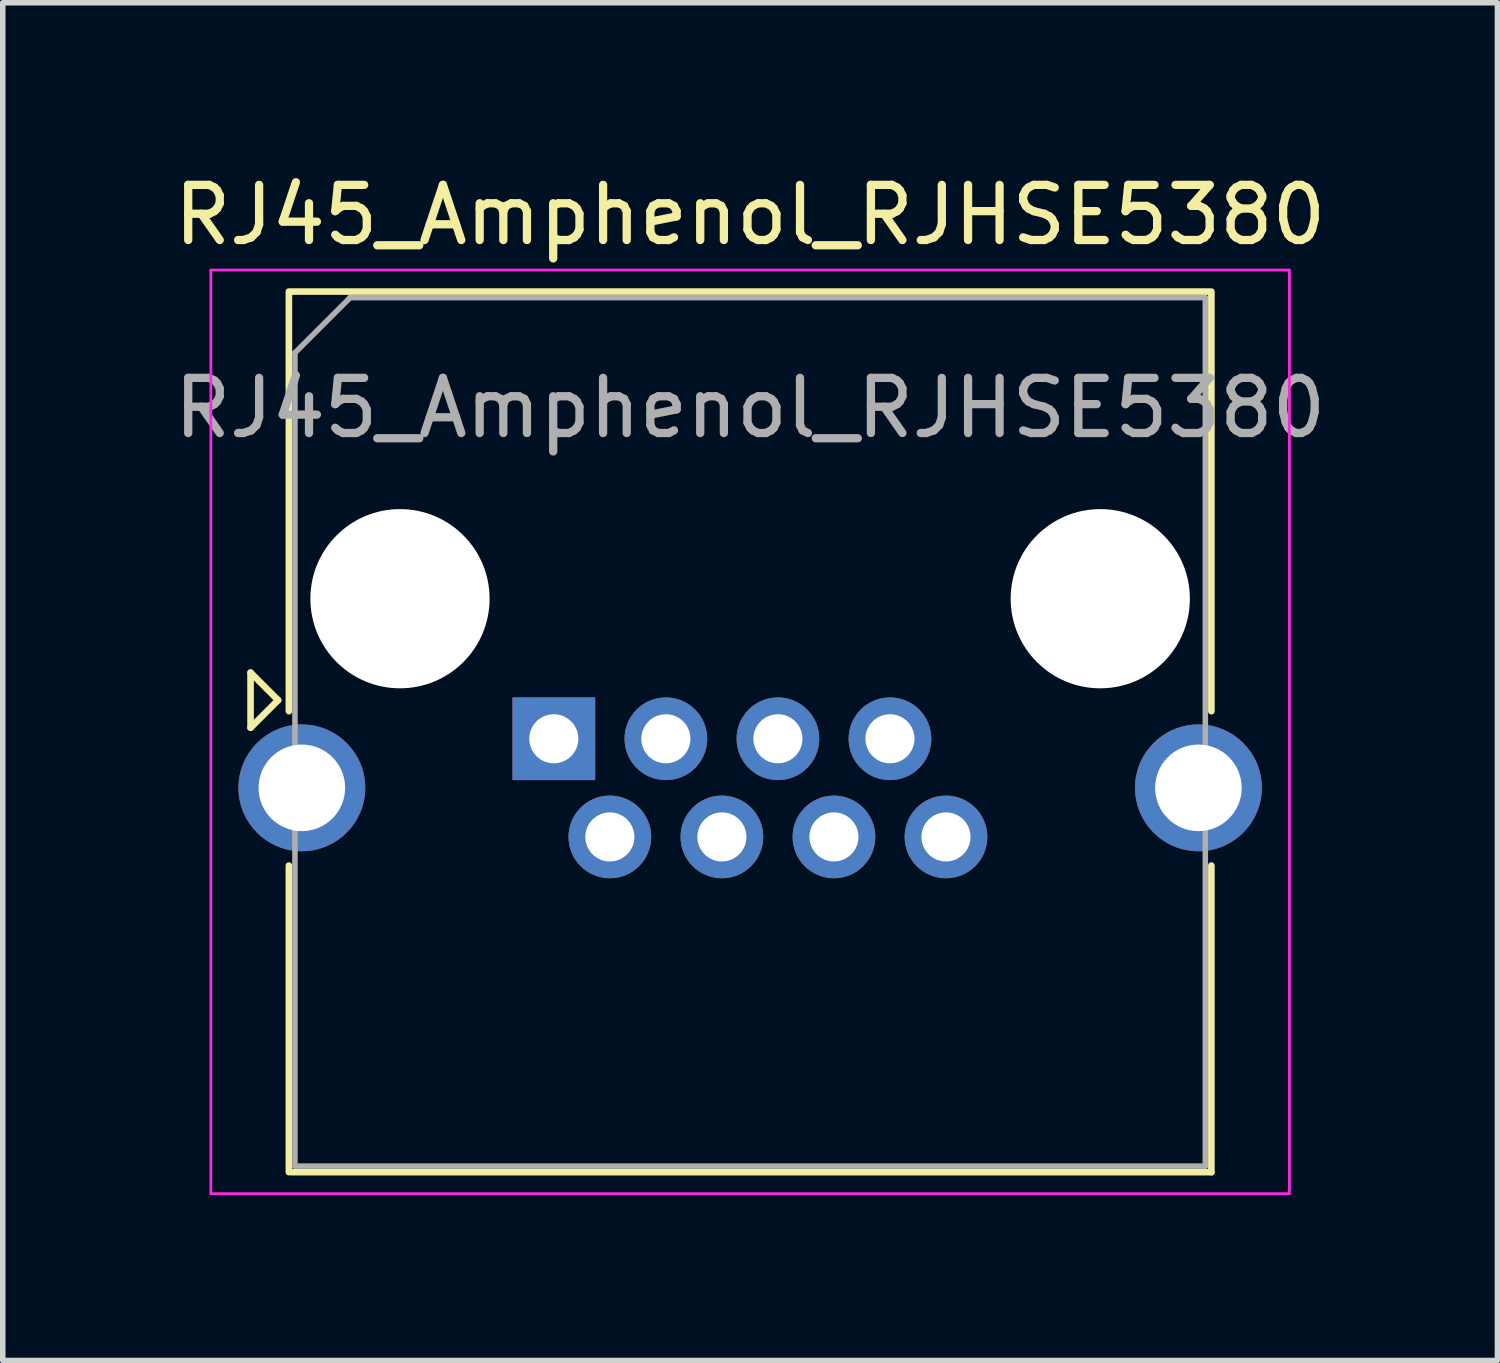
<source format=kicad_pcb>
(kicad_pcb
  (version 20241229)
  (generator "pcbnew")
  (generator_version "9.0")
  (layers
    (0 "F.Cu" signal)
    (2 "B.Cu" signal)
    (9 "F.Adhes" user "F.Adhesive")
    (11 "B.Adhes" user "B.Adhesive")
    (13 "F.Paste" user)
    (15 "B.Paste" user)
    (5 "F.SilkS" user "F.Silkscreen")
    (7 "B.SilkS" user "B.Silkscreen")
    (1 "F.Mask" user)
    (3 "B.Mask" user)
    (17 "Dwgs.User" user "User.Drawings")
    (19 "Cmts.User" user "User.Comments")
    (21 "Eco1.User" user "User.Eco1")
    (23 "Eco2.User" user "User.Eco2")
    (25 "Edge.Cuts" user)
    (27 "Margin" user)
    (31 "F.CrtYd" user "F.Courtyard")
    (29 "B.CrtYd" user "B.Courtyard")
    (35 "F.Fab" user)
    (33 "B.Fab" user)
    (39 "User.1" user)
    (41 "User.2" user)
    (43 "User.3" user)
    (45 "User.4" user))
  (footprint "RJ45_Amphenol_RJHSE5380"
    (layer "F.Cu")
    (at 6.994 10.348)
    (property "Reference" "RJ45_Amphenol_RJHSE5380" (at 3.56 -9.5 0) (layer "F.SilkS") (effects (font (size 1 1) (thickness 0.15))))
    (attr through_hole)
    (fp_line (start -5.5 -1.2) (end -5 -0.7) (stroke (width 0.12) (type solid)) (layer "F.SilkS"))
    (fp_line (start -5.5 -0.2) (end -5.5 -1.2) (stroke (width 0.12) (type solid)) (layer "F.SilkS"))
    (fp_line (start -5 -0.7) (end -5.5 -0.2) (stroke (width 0.12) (type solid)) (layer "F.SilkS"))
    (fp_line (start -4.805 -8.11) (end -4.805 -0.5) (stroke (width 0.12) (type solid)) (layer "F.SilkS"))
    (fp_line (start -4.805 7.86) (end -4.805 2.3) (stroke (width 0.12) (type solid)) (layer "F.SilkS"))
    (fp_line (start -4.76 -8.11) (end 11.88 -8.11) (stroke (width 0.12) (type solid)) (layer "F.SilkS"))
    (fp_line (start -4.76 7.86) (end 11.925 7.86) (stroke (width 0.12) (type solid)) (layer "F.SilkS"))
    (fp_line (start 11.925 -8.11) (end 11.925 -0.5) (stroke (width 0.12) (type solid)) (layer "F.SilkS"))
    (fp_line (start 11.925 7.86) (end 11.925 2.3) (stroke (width 0.12) (type solid)) (layer "F.SilkS"))
    (fp_line (start -6.22 -8.5) (end -6.22 8.25) (stroke (width 0.05) (type solid)) (layer "F.CrtYd"))
    (fp_line (start -6.22 -8.5) (end 13.34 -8.5) (stroke (width 0.05) (type solid)) (layer "F.CrtYd"))
    (fp_line (start -6.22 8.25) (end 13.34 8.25) (stroke (width 0.05) (type solid)) (layer "F.CrtYd"))
    (fp_line (start 13.34 -8.5) (end 13.34 8.25) (stroke (width 0.05) (type solid)) (layer "F.CrtYd"))
    (fp_line (start -4.695 -7) (end -4.695 7.75) (stroke (width 0.1) (type solid)) (layer "F.Fab"))
    (fp_line (start -4.695 -7) (end -3.695 -8) (stroke (width 0.1) (type solid)) (layer "F.Fab"))
    (fp_line (start -4.695 7.75) (end 11.815 7.75) (stroke (width 0.1) (type solid)) (layer "F.Fab"))
    (fp_line (start -3.695 -8) (end 11.815 -8) (stroke (width 0.1) (type solid)) (layer "F.Fab"))
    (fp_line (start 11.815 -8) (end 11.815 7.75) (stroke (width 0.1) (type solid)) (layer "F.Fab"))
    (fp_text user "${REFERENCE}" (at 3.56 -6 0) (layer "F.Fab") (effects (font (size 1 1) (thickness 0.15))))
    (pad "" np_thru_hole circle (at -2.79 -2.54) (size 3.25 3.25) (drill 3.25) (layers "*.Cu" "*.Mask"))
    (pad "" np_thru_hole circle (at 9.91 -2.54) (size 3.25 3.25) (drill 3.25) (layers "*.Cu" "*.Mask"))
    (pad "1" thru_hole rect (at 0 0) (size 1.5 1.5) (drill 0.89) (layers "*.Cu" "*.Mask"))
    (pad "2" thru_hole circle (at 1.016 1.78) (size 1.5 1.5) (drill 0.89) (layers "*.Cu" "*.Mask"))
    (pad "3" thru_hole circle (at 2.032 0) (size 1.5 1.5) (drill 0.89) (layers "*.Cu" "*.Mask"))
    (pad "4" thru_hole circle (at 3.048 1.78) (size 1.5 1.5) (drill 0.89) (layers "*.Cu" "*.Mask"))
    (pad "5" thru_hole circle (at 4.064 0) (size 1.5 1.5) (drill 0.89) (layers "*.Cu" "*.Mask"))
    (pad "6" thru_hole circle (at 5.08 1.78) (size 1.5 1.5) (drill 0.89) (layers "*.Cu" "*.Mask"))
    (pad "7" thru_hole circle (at 6.096 0) (size 1.5 1.5) (drill 0.89) (layers "*.Cu" "*.Mask"))
    (pad "8" thru_hole circle (at 7.112 1.78) (size 1.5 1.5) (drill 0.89) (layers "*.Cu" "*.Mask"))
    (pad "9" thru_hole circle (at -4.57 0.89) (size 2.3 2.3) (drill 1.57) (layers "*.Cu" "*.Mask"))
    (pad "10" thru_hole circle (at 11.69 0.89) (size 2.3 2.3) (drill 1.57) (layers "*.Cu" "*.Mask")))
  (gr_rect
    (start -3 -3)
    (end 24.107 21.623)
    (stroke (width 0.1) (type default))
    (fill no)
    (layer "Edge.Cuts")))
</source>
